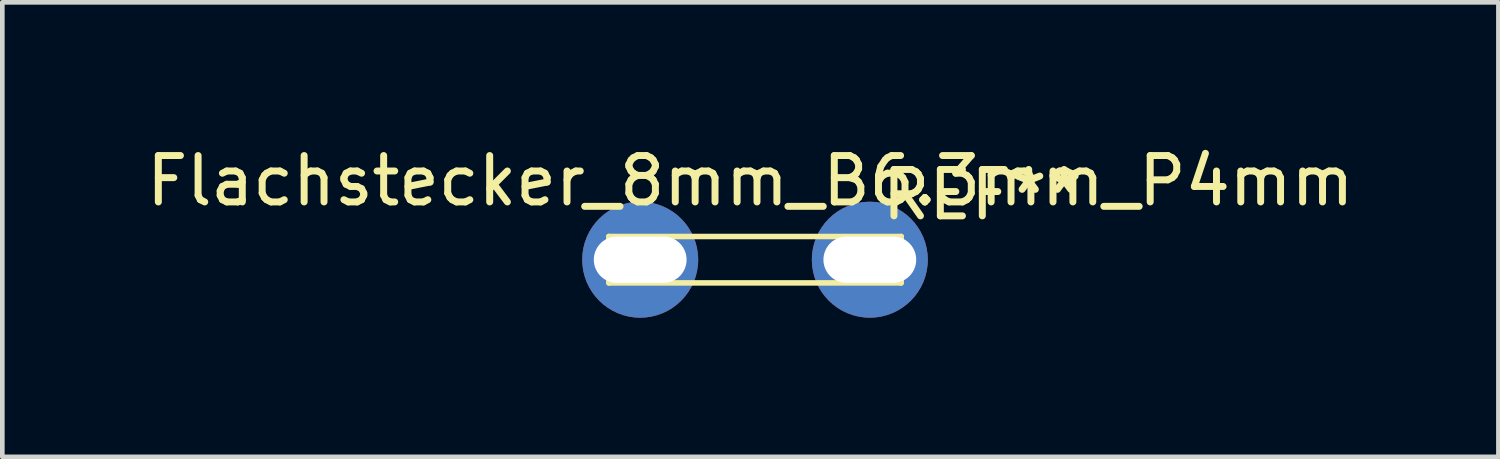
<source format=kicad_pcb>
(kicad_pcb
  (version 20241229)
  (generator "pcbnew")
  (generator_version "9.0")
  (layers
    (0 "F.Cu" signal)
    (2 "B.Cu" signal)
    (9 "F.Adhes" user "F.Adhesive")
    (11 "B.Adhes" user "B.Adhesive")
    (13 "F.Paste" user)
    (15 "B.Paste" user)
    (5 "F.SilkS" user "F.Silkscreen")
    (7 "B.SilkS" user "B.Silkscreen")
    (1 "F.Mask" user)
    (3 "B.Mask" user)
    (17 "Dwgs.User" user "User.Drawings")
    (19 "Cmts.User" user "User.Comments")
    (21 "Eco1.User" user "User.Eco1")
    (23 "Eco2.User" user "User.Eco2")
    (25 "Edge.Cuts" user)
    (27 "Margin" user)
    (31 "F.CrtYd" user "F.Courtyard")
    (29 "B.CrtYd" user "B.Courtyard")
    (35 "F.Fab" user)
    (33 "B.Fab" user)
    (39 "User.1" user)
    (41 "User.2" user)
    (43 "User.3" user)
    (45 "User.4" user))
  (footprint "Flachstecker_8mm_B6.3mm_P4mm"
    (layer "F.Cu")
    (at 13.225 0.448)
    (property "Reference" "Flachstecker_8mm_B6.3mm_P4mm" (at -0.1 0.4 0) (layer "F.SilkS") (effects (font (size 1 1) (thickness 0.15))))
    (attr through_hole)
    (fp_line (start -3.15 1.6) (end -3.15 2.5) (stroke (width 0.12) (type solid)) (layer "F.SilkS"))
    (fp_line (start -3.15 1.6) (end 3.15 1.6) (stroke (width 0.12) (type solid)) (layer "F.SilkS"))
    (fp_line (start -3.15 2.6) (end -3.15 2.5) (stroke (width 0.12) (type solid)) (layer "F.SilkS"))
    (fp_line (start 3.15 1.6) (end 3.15 2.6) (stroke (width 0.12) (type solid)) (layer "F.SilkS"))
    (fp_line (start 3.15 2.6) (end -3.15 2.6) (stroke (width 0.12) (type solid)) (layer "F.SilkS"))
    (fp_text user "REF**" (at 4.9 0.7 0) (layer "F.SilkS") (effects (font (size 1 1) (thickness 0.15))))
    (pad "1" thru_hole circle (at -2.475 2.1) (size 2.5 2.5) (drill oval 2 1) (layers "*.Cu" "*.Mask"))
    (pad "1" thru_hole circle (at 2.475 2.1) (size 2.5 2.5) (drill oval 2 1) (layers "*.Cu" "*.Mask")))
  (gr_rect
    (start -3 -3)
    (end 29.25 6.798)
    (stroke (width 0.1) (type default))
    (fill no)
    (layer "Edge.Cuts")))
</source>
